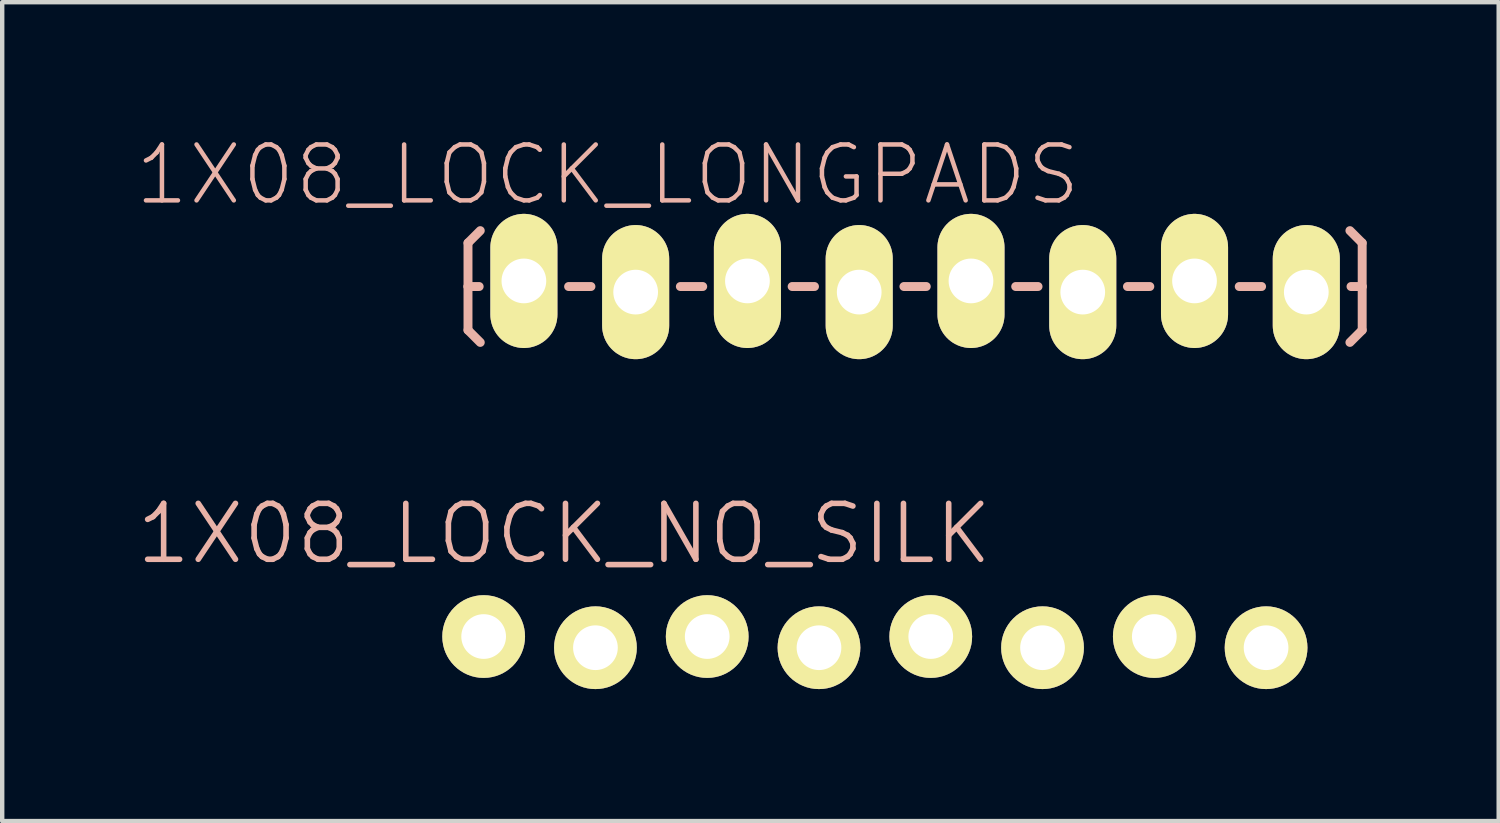
<source format=kicad_pcb>
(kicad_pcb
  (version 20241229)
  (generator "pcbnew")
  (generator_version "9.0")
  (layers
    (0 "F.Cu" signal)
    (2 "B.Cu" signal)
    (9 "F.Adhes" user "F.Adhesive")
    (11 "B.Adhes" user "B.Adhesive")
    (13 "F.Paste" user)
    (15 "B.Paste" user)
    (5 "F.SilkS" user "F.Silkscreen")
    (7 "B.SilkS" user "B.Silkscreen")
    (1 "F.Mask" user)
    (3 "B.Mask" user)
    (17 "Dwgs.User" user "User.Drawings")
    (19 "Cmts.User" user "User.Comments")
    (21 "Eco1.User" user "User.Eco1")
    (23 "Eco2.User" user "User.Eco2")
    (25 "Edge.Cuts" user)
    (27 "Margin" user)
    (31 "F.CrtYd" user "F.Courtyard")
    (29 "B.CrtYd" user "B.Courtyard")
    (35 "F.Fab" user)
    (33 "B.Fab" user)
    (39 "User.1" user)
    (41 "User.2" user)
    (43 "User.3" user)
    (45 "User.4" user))
  (footprint "1X08_LOCK_NO_SILK"
    (layer "F.Cu")
    (at 7.941 11.542)
    (property "Reference" "1X08_LOCK_NO_SILK" (at 1.829 -2.464 0) (layer "B.SilkS") (effects (font (size 1.27 1.27) (thickness 0.127))))
    (attr exclude_from_pos_files exclude_from_bom)
    (fp_line (start -0.254 -0.254) (end 0.254 -0.254) (stroke (width 0.066) (type solid)) (layer "F.SilkS"))
    (fp_line (start -0.254 0.254) (end -0.254 -0.254) (stroke (width 0.066) (type solid)) (layer "F.SilkS"))
    (fp_line (start -0.254 0.254) (end 0.254 0.254) (stroke (width 0.066) (type solid)) (layer "F.SilkS"))
    (fp_line (start 0.254 0.254) (end 0.254 -0.254) (stroke (width 0.066) (type solid)) (layer "F.SilkS"))
    (fp_line (start 2.286 -0.254) (end 2.794 -0.254) (stroke (width 0.066) (type solid)) (layer "F.SilkS"))
    (fp_line (start 2.286 0.254) (end 2.286 -0.254) (stroke (width 0.066) (type solid)) (layer "F.SilkS"))
    (fp_line (start 2.286 0.254) (end 2.794 0.254) (stroke (width 0.066) (type solid)) (layer "F.SilkS"))
    (fp_line (start 2.794 0.254) (end 2.794 -0.254) (stroke (width 0.066) (type solid)) (layer "F.SilkS"))
    (fp_line (start 4.826 -0.254) (end 5.334 -0.254) (stroke (width 0.066) (type solid)) (layer "F.SilkS"))
    (fp_line (start 4.826 0.254) (end 4.826 -0.254) (stroke (width 0.066) (type solid)) (layer "F.SilkS"))
    (fp_line (start 4.826 0.254) (end 5.334 0.254) (stroke (width 0.066) (type solid)) (layer "F.SilkS"))
    (fp_line (start 5.334 0.254) (end 5.334 -0.254) (stroke (width 0.066) (type solid)) (layer "F.SilkS"))
    (fp_line (start 7.366 -0.254) (end 7.874 -0.254) (stroke (width 0.066) (type solid)) (layer "F.SilkS"))
    (fp_line (start 7.366 0.254) (end 7.366 -0.254) (stroke (width 0.066) (type solid)) (layer "F.SilkS"))
    (fp_line (start 7.366 0.254) (end 7.874 0.254) (stroke (width 0.066) (type solid)) (layer "F.SilkS"))
    (fp_line (start 7.874 0.254) (end 7.874 -0.254) (stroke (width 0.066) (type solid)) (layer "F.SilkS"))
    (fp_line (start 9.906 -0.254) (end 10.414 -0.254) (stroke (width 0.066) (type solid)) (layer "F.SilkS"))
    (fp_line (start 9.906 0.254) (end 9.906 -0.254) (stroke (width 0.066) (type solid)) (layer "F.SilkS"))
    (fp_line (start 9.906 0.254) (end 10.414 0.254) (stroke (width 0.066) (type solid)) (layer "F.SilkS"))
    (fp_line (start 10.414 0.254) (end 10.414 -0.254) (stroke (width 0.066) (type solid)) (layer "F.SilkS"))
    (fp_line (start 12.446 -0.254) (end 12.954 -0.254) (stroke (width 0.066) (type solid)) (layer "F.SilkS"))
    (fp_line (start 12.446 0.254) (end 12.446 -0.254) (stroke (width 0.066) (type solid)) (layer "F.SilkS"))
    (fp_line (start 12.446 0.254) (end 12.954 0.254) (stroke (width 0.066) (type solid)) (layer "F.SilkS"))
    (fp_line (start 12.954 0.254) (end 12.954 -0.254) (stroke (width 0.066) (type solid)) (layer "F.SilkS"))
    (fp_line (start 14.986 -0.254) (end 15.494 -0.254) (stroke (width 0.066) (type solid)) (layer "F.SilkS"))
    (fp_line (start 14.986 0.254) (end 14.986 -0.254) (stroke (width 0.066) (type solid)) (layer "F.SilkS"))
    (fp_line (start 14.986 0.254) (end 15.494 0.254) (stroke (width 0.066) (type solid)) (layer "F.SilkS"))
    (fp_line (start 15.494 0.254) (end 15.494 -0.254) (stroke (width 0.066) (type solid)) (layer "F.SilkS"))
    (fp_line (start 17.523 -0.254) (end 18.034 -0.254) (stroke (width 0.066) (type solid)) (layer "F.SilkS"))
    (fp_line (start 17.523 0.254) (end 17.523 -0.254) (stroke (width 0.066) (type solid)) (layer "F.SilkS"))
    (fp_line (start 17.523 0.254) (end 18.034 0.254) (stroke (width 0.066) (type solid)) (layer "F.SilkS"))
    (fp_line (start 18.034 0.254) (end 18.034 -0.254) (stroke (width 0.066) (type solid)) (layer "F.SilkS"))
    (pad "1" thru_hole circle (at 0 -0.127) (size 1.88 1.88) (drill 1.016) (layers "*.Cu" "F.Mask" "F.SilkS" "F.Paste"))
    (pad "2" thru_hole circle (at 2.54 0.127) (size 1.88 1.88) (drill 1.016) (layers "*.Cu" "F.Mask" "F.SilkS" "F.Paste"))
    (pad "3" thru_hole circle (at 5.08 -0.127) (size 1.88 1.88) (drill 1.016) (layers "*.Cu" "F.Mask" "F.SilkS" "F.Paste"))
    (pad "4" thru_hole circle (at 7.62 0.127) (size 1.88 1.88) (drill 1.016) (layers "*.Cu" "F.Mask" "F.SilkS" "F.Paste"))
    (pad "5" thru_hole circle (at 10.16 -0.127) (size 1.88 1.88) (drill 1.016) (layers "*.Cu" "F.Mask" "F.SilkS" "F.Paste"))
    (pad "6" thru_hole circle (at 12.7 0.127) (size 1.88 1.88) (drill 1.016) (layers "*.Cu" "F.Mask" "F.SilkS" "F.Paste"))
    (pad "7" thru_hole circle (at 15.24 -0.127) (size 1.88 1.88) (drill 1.016) (layers "*.Cu" "F.Mask" "F.SilkS" "F.Paste"))
    (pad "8" thru_hole circle (at 17.78 0.127) (size 1.88 1.88) (drill 1.016) (layers "*.Cu" "F.Mask" "F.SilkS" "F.Paste")))
  (footprint "1X08_LOCK_LONGPADS"
    (layer "F.Cu")
    (at 8.855 3.461)
    (property "Reference" "1X08_LOCK_LONGPADS" (at 1.905 -2.54 0) (layer "B.SilkS") (effects (font (size 1.27 1.27) (thickness 0.102))))
    (attr exclude_from_pos_files exclude_from_bom)
    (fp_line (start -0.292 -0.292) (end 0.292 -0.292) (stroke (width 0.066) (type solid)) (layer "F.SilkS"))
    (fp_line (start -0.292 0.292) (end -0.292 -0.292) (stroke (width 0.066) (type solid)) (layer "F.SilkS"))
    (fp_line (start -0.292 0.292) (end 0.292 0.292) (stroke (width 0.066) (type solid)) (layer "F.SilkS"))
    (fp_line (start 0.292 0.292) (end 0.292 -0.292) (stroke (width 0.066) (type solid)) (layer "F.SilkS"))
    (fp_line (start 2.248 -0.292) (end 2.832 -0.292) (stroke (width 0.066) (type solid)) (layer "F.SilkS"))
    (fp_line (start 2.248 0.292) (end 2.248 -0.292) (stroke (width 0.066) (type solid)) (layer "F.SilkS"))
    (fp_line (start 2.248 0.292) (end 2.832 0.292) (stroke (width 0.066) (type solid)) (layer "F.SilkS"))
    (fp_line (start 2.832 0.292) (end 2.832 -0.292) (stroke (width 0.066) (type solid)) (layer "F.SilkS"))
    (fp_line (start 4.788 -0.292) (end 5.372 -0.292) (stroke (width 0.066) (type solid)) (layer "F.SilkS"))
    (fp_line (start 4.788 0.292) (end 4.788 -0.292) (stroke (width 0.066) (type solid)) (layer "F.SilkS"))
    (fp_line (start 4.788 0.292) (end 5.372 0.292) (stroke (width 0.066) (type solid)) (layer "F.SilkS"))
    (fp_line (start 5.372 0.292) (end 5.372 -0.292) (stroke (width 0.066) (type solid)) (layer "F.SilkS"))
    (fp_line (start 7.328 -0.292) (end 7.912 -0.292) (stroke (width 0.066) (type solid)) (layer "F.SilkS"))
    (fp_line (start 7.328 0.292) (end 7.328 -0.292) (stroke (width 0.066) (type solid)) (layer "F.SilkS"))
    (fp_line (start 7.328 0.292) (end 7.912 0.292) (stroke (width 0.066) (type solid)) (layer "F.SilkS"))
    (fp_line (start 7.912 0.292) (end 7.912 -0.292) (stroke (width 0.066) (type solid)) (layer "F.SilkS"))
    (fp_line (start 9.868 -0.292) (end 10.452 -0.292) (stroke (width 0.066) (type solid)) (layer "F.SilkS"))
    (fp_line (start 9.868 0.292) (end 9.868 -0.292) (stroke (width 0.066) (type solid)) (layer "F.SilkS"))
    (fp_line (start 9.868 0.292) (end 10.452 0.292) (stroke (width 0.066) (type solid)) (layer "F.SilkS"))
    (fp_line (start 10.452 0.292) (end 10.452 -0.292) (stroke (width 0.066) (type solid)) (layer "F.SilkS"))
    (fp_line (start 12.408 -0.292) (end 12.992 -0.292) (stroke (width 0.066) (type solid)) (layer "F.SilkS"))
    (fp_line (start 12.408 0.292) (end 12.408 -0.292) (stroke (width 0.066) (type solid)) (layer "F.SilkS"))
    (fp_line (start 12.408 0.292) (end 12.992 0.292) (stroke (width 0.066) (type solid)) (layer "F.SilkS"))
    (fp_line (start 12.992 0.292) (end 12.992 -0.292) (stroke (width 0.066) (type solid)) (layer "F.SilkS"))
    (fp_line (start 14.948 -0.292) (end 15.532 -0.292) (stroke (width 0.066) (type solid)) (layer "F.SilkS"))
    (fp_line (start 14.948 0.292) (end 14.948 -0.292) (stroke (width 0.066) (type solid)) (layer "F.SilkS"))
    (fp_line (start 14.948 0.292) (end 15.532 0.292) (stroke (width 0.066) (type solid)) (layer "F.SilkS"))
    (fp_line (start 15.532 0.292) (end 15.532 -0.292) (stroke (width 0.066) (type solid)) (layer "F.SilkS"))
    (fp_line (start 17.488 -0.292) (end 18.072 -0.292) (stroke (width 0.066) (type solid)) (layer "F.SilkS"))
    (fp_line (start 17.488 0.292) (end 17.488 -0.292) (stroke (width 0.066) (type solid)) (layer "F.SilkS"))
    (fp_line (start 17.488 0.292) (end 18.072 0.292) (stroke (width 0.066) (type solid)) (layer "F.SilkS"))
    (fp_line (start 18.072 0.292) (end 18.072 -0.292) (stroke (width 0.066) (type solid)) (layer "F.SilkS"))
    (fp_line (start -1.27 -0.991) (end -0.991 -1.27) (stroke (width 0.203) (type solid)) (layer "B.SilkS"))
    (fp_line (start -1.27 0) (end -1.27 -0.991) (stroke (width 0.203) (type solid)) (layer "B.SilkS"))
    (fp_line (start -1.27 0) (end -1.27 0.991) (stroke (width 0.203) (type solid)) (layer "B.SilkS"))
    (fp_line (start -1.27 0) (end -1.016 0) (stroke (width 0.203) (type solid)) (layer "B.SilkS"))
    (fp_line (start -1.27 0.991) (end -0.991 1.27) (stroke (width 0.203) (type solid)) (layer "B.SilkS"))
    (fp_line (start 1.524 0) (end 1.016 0) (stroke (width 0.203) (type solid)) (layer "B.SilkS"))
    (fp_line (start 4.064 0) (end 3.556 0) (stroke (width 0.203) (type solid)) (layer "B.SilkS"))
    (fp_line (start 6.604 0) (end 6.096 0) (stroke (width 0.203) (type solid)) (layer "B.SilkS"))
    (fp_line (start 9.144 0) (end 8.636 0) (stroke (width 0.203) (type solid)) (layer "B.SilkS"))
    (fp_line (start 11.684 0) (end 11.176 0) (stroke (width 0.203) (type solid)) (layer "B.SilkS"))
    (fp_line (start 14.224 0) (end 13.716 0) (stroke (width 0.203) (type solid)) (layer "B.SilkS"))
    (fp_line (start 16.764 0) (end 16.256 0) (stroke (width 0.203) (type solid)) (layer "B.SilkS"))
    (fp_line (start 19.05 -0.991) (end 18.771 -1.27) (stroke (width 0.203) (type solid)) (layer "B.SilkS"))
    (fp_line (start 19.05 0) (end 18.796 0) (stroke (width 0.203) (type solid)) (layer "B.SilkS"))
    (fp_line (start 19.05 0) (end 19.05 -0.991) (stroke (width 0.203) (type solid)) (layer "B.SilkS"))
    (fp_line (start 19.05 0) (end 19.05 0.991) (stroke (width 0.203) (type solid)) (layer "B.SilkS"))
    (fp_line (start 19.05 0.991) (end 18.771 1.27) (stroke (width 0.203) (type solid)) (layer "B.SilkS"))
    (pad "1" thru_hole oval (at 0 -0.127 180) (size 1.524 3.048) (drill 1.016) (layers "*.Cu" "F.Mask" "F.SilkS" "F.Paste"))
    (pad "2" thru_hole oval (at 2.54 0.127 180) (size 1.524 3.048) (drill 1.016) (layers "*.Cu" "F.Mask" "F.SilkS" "F.Paste"))
    (pad "3" thru_hole oval (at 5.08 -0.127 180) (size 1.524 3.048) (drill 1.016) (layers "*.Cu" "F.Mask" "F.SilkS" "F.Paste"))
    (pad "4" thru_hole oval (at 7.62 0.127 180) (size 1.524 3.048) (drill 1.016) (layers "*.Cu" "F.Mask" "F.SilkS" "F.Paste"))
    (pad "5" thru_hole oval (at 10.16 -0.127 180) (size 1.524 3.048) (drill 1.016) (layers "*.Cu" "F.Mask" "F.SilkS" "F.Paste"))
    (pad "6" thru_hole oval (at 12.7 0.127 180) (size 1.524 3.048) (drill 1.016) (layers "*.Cu" "F.Mask" "F.SilkS" "F.Paste"))
    (pad "7" thru_hole oval (at 15.24 -0.127 180) (size 1.524 3.048) (drill 1.016) (layers "*.Cu" "F.Mask" "F.SilkS" "F.Paste"))
    (pad "8" thru_hole oval (at 17.78 0.127 180) (size 1.524 3.048) (drill 1.016) (layers "*.Cu" "F.Mask" "F.SilkS" "F.Paste")))
  (gr_rect
    (start -3 -3)
    (end 31.007 15.609)
    (stroke (width 0.1) (type default))
    (fill no)
    (layer "Edge.Cuts")))
</source>
